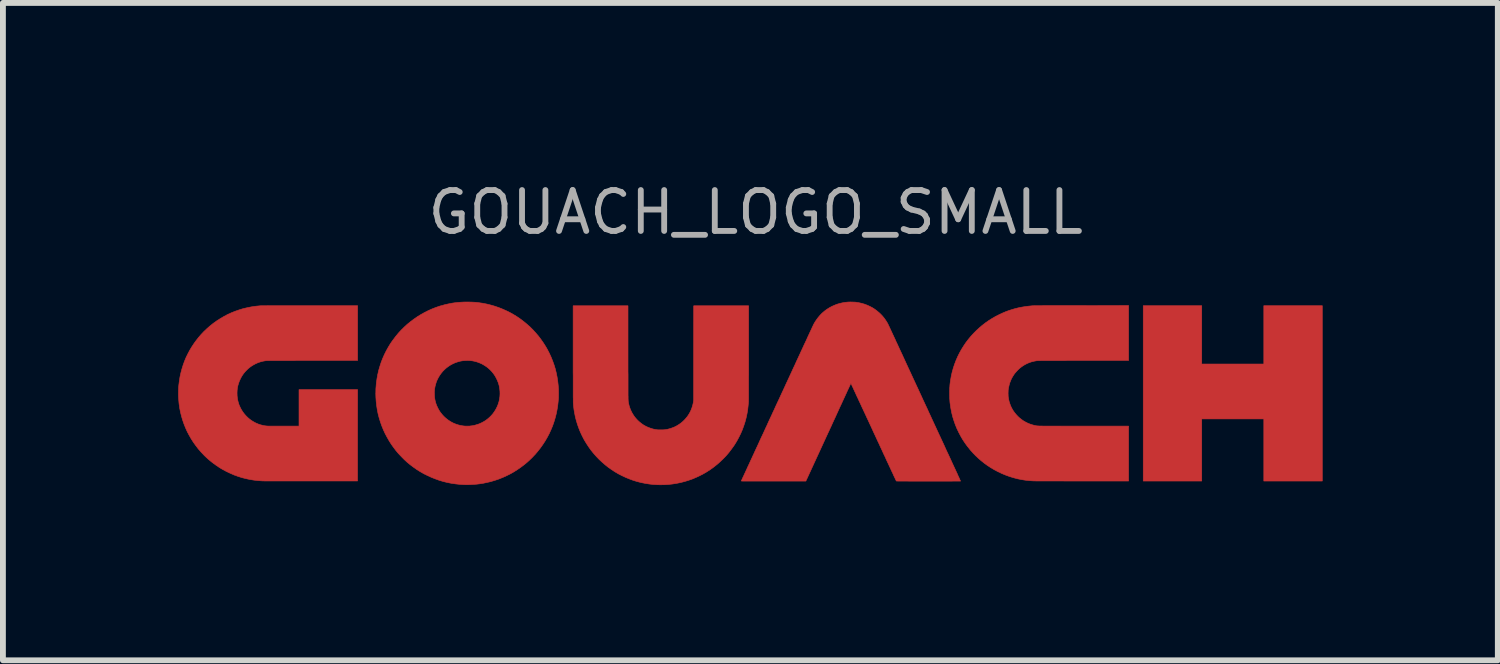
<source format=kicad_pcb>
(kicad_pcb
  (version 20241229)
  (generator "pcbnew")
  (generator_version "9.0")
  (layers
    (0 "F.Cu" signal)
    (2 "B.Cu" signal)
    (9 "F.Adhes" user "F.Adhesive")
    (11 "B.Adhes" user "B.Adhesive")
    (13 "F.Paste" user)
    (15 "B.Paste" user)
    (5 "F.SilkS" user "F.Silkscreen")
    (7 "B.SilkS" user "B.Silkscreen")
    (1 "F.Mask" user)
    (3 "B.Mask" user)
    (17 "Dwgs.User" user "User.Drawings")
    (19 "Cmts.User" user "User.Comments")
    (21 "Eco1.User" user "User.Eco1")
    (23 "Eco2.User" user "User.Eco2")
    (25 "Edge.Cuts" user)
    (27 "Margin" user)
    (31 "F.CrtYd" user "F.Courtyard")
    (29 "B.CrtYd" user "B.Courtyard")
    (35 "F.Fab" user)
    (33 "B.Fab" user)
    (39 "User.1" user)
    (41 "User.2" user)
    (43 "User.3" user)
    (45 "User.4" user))
  (footprint "GOUACH_LOGO_SMALL"
    (layer "F.Cu")
    (at 9.887 3.785)
    (property "Reference" "GOUACH_LOGO_SMALL" (at 0 -3.2 180) (layer "F.Fab") (effects (font (size 0.7 0.7) (thickness 0.1))))
    (attr smd)
    (fp_poly (pts (xy 7.636 -0.603) (xy 8.699 -0.603) (xy 8.699 -1.602) (xy 9.7 -1.602) (xy 9.7 1.4) (xy 8.699 1.4) (xy 8.699 0.337) (xy 7.636 0.337) (xy 7.636 1.4) (xy 6.635 1.4) (xy 6.635 -1.602) (xy 7.636 -1.602) (xy 7.636 -0.603)) (stroke (width 0.01) (type solid)) (fill yes) (layer "F.Cu"))
    (fp_poly (pts (xy -2.186 -0.802) (xy -2.186 -0.739) (xy -2.186 -0.679) (xy -2.186 -0.623) (xy -2.186 -0.569) (xy -2.186 -0.519) (xy -2.186 -0.472) (xy -2.185 -0.427) (xy -2.185 -0.386) (xy -2.185 -0.346) (xy -2.185 -0.31) (xy -2.185 -0.276) (xy -2.185 -0.244) (xy -2.185 -0.214) (xy -2.185 -0.187) (xy -2.185 -0.162) (xy -2.185 -0.139) (xy -2.185 -0.117) (xy -2.185 -0.098) (xy -2.185 -0.08) (xy -2.185 -0.064) (xy -2.184 -0.049) (xy -2.184 -0.036) (xy -2.184 -0.024) (xy -2.184 -0.013) (xy -2.184 -0.004) (xy -2.183 0.005) (xy -2.183 0.012) (xy -2.183 0.019) (xy -2.182 0.025) (xy -2.182 0.03) (xy -2.182 0.034) (xy -2.181 0.038) (xy -2.181 0.042) (xy -2.18 0.045) (xy -2.18 0.049) (xy -2.179 0.051) (xy -2.179 0.054) (xy -2.178 0.057) (xy -2.178 0.061) (xy -2.177 0.064) (xy -2.177 0.064) (xy -2.167 0.108) (xy -2.154 0.149) (xy -2.138 0.189) (xy -2.119 0.228) (xy -2.097 0.265) (xy -2.073 0.301) (xy -2.045 0.334) (xy -2.02 0.361) (xy -1.987 0.391) (xy -1.953 0.418) (xy -1.918 0.442) (xy -1.88 0.463) (xy -1.841 0.481) (xy -1.801 0.496) (xy -1.759 0.509) (xy -1.715 0.518) (xy -1.693 0.521) (xy -1.68 0.523) (xy -1.665 0.524) (xy -1.648 0.524) (xy -1.629 0.524) (xy -1.611 0.524) (xy -1.593 0.524) (xy -1.576 0.523) (xy -1.562 0.522) (xy -1.554 0.521) (xy -1.51 0.514) (xy -1.467 0.503) (xy -1.426 0.489) (xy -1.386 0.473) (xy -1.348 0.453) (xy -1.311 0.43) (xy -1.276 0.405) (xy -1.243 0.377) (xy -1.212 0.346) (xy -1.184 0.313) (xy -1.17 0.296) (xy -1.147 0.262) (xy -1.126 0.226) (xy -1.108 0.189) (xy -1.093 0.15) (xy -1.08 0.11) (xy -1.07 0.067) (xy -1.066 0.041) (xy -1.062 0.018) (xy -1.062 -0.791) (xy -1.061 -1.6) (xy -0.121 -1.6) (xy -0.121 -0.798) (xy -0.121 -0.73) (xy -0.121 -0.665) (xy -0.121 -0.602) (xy -0.121 -0.542) (xy -0.121 -0.485) (xy -0.121 -0.431) (xy -0.122 -0.379) (xy -0.122 -0.33) (xy -0.122 -0.284) (xy -0.122 -0.241) (xy -0.122 -0.201) (xy -0.122 -0.164) (xy -0.122 -0.13) (xy -0.122 -0.099) (xy -0.122 -0.071) (xy -0.122 -0.046) (xy -0.122 -0.024) (xy -0.122 -0.006) (xy -0.123 0.01) (xy -0.123 0.022) (xy -0.123 0.03) (xy -0.123 0.036) (xy -0.123 0.037) (xy -0.129 0.109) (xy -0.137 0.181) (xy -0.149 0.251) (xy -0.164 0.32) (xy -0.182 0.388) (xy -0.204 0.455) (xy -0.228 0.521) (xy -0.256 0.586) (xy -0.287 0.649) (xy -0.321 0.712) (xy -0.358 0.773) (xy -0.374 0.797) (xy -0.416 0.855) (xy -0.459 0.912) (xy -0.505 0.966) (xy -0.554 1.017) (xy -0.605 1.066) (xy -0.658 1.113) (xy -0.714 1.158) (xy -0.722 1.164) (xy -0.779 1.205) (xy -0.838 1.243) (xy -0.898 1.278) (xy -0.96 1.31) (xy -1.023 1.339) (xy -1.087 1.366) (xy -1.147 1.387) (xy -1.216 1.408) (xy -1.285 1.426) (xy -1.354 1.44) (xy -1.424 1.451) (xy -1.494 1.459) (xy -1.565 1.463) (xy -1.636 1.464) (xy -1.684 1.463) (xy -1.754 1.459) (xy -1.824 1.451) (xy -1.893 1.44) (xy -1.962 1.426) (xy -2.029 1.409) (xy -2.095 1.389) (xy -2.16 1.365) (xy -2.224 1.339) (xy -2.286 1.31) (xy -2.347 1.279) (xy -2.407 1.244) (xy -2.464 1.207) (xy -2.521 1.167) (xy -2.575 1.124) (xy -2.627 1.079) (xy -2.678 1.032) (xy -2.726 0.982) (xy -2.772 0.93) (xy -2.816 0.876) (xy -2.857 0.819) (xy -2.896 0.76) (xy -2.933 0.699) (xy -2.943 0.681) (xy -2.974 0.62) (xy -3.003 0.558) (xy -3.029 0.493) (xy -3.052 0.428) (xy -3.072 0.362) (xy -3.089 0.295) (xy -3.102 0.227) (xy -3.111 0.174) (xy -3.112 0.162) (xy -3.114 0.151) (xy -3.115 0.139) (xy -3.117 0.126) (xy -3.118 0.111) (xy -3.12 0.095) (xy -3.122 0.075) (xy -3.122 0.068) (xy -3.122 0.065) (xy -3.123 0.061) (xy -3.123 0.054) (xy -3.123 0.046) (xy -3.123 0.036) (xy -3.123 0.023) (xy -3.123 0.009) (xy -3.123 -0.008) (xy -3.124 -0.027) (xy -3.124 -0.048) (xy -3.124 -0.072) (xy -3.124 -0.098) (xy -3.124 -0.126) (xy -3.124 -0.157) (xy -3.124 -0.191) (xy -3.124 -0.228) (xy -3.124 -0.267) (xy -3.124 -0.309) (xy -3.124 -0.354) (xy -3.124 -0.401) (xy -3.125 -0.452) (xy -3.125 -0.506) (xy -3.125 -0.563) (xy -3.125 -0.623) (xy -3.125 -0.686) (xy -3.125 -0.753) (xy -3.125 -0.777) (xy -3.125 -1.6) (xy -2.186 -1.6) (xy -2.186 -0.802)) (stroke (width 0.01) (type solid)) (fill yes) (layer "F.Cu"))
    (fp_poly (pts (xy -6.815 -0.664) (xy -7.591 -0.664) (xy -7.652 -0.664) (xy -7.71 -0.664) (xy -7.765 -0.664) (xy -7.817 -0.664) (xy -7.866 -0.664) (xy -7.911 -0.663) (xy -7.954 -0.663) (xy -7.995 -0.663) (xy -8.032 -0.663) (xy -8.067 -0.663) (xy -8.1 -0.663) (xy -8.13 -0.663) (xy -8.158 -0.663) (xy -8.184 -0.663) (xy -8.207 -0.663) (xy -8.229 -0.663) (xy -8.249 -0.663) (xy -8.267 -0.663) (xy -8.283 -0.663) (xy -8.298 -0.663) (xy -8.311 -0.663) (xy -8.323 -0.662) (xy -8.333 -0.662) (xy -8.342 -0.662) (xy -8.35 -0.662) (xy -8.357 -0.662) (xy -8.363 -0.662) (xy -8.368 -0.662) (xy -8.372 -0.661) (xy -8.376 -0.661) (xy -8.379 -0.661) (xy -8.382 -0.661) (xy -8.384 -0.661) (xy -8.386 -0.66) (xy -8.386 -0.66) (xy -8.422 -0.654) (xy -8.455 -0.647) (xy -8.486 -0.638) (xy -8.516 -0.628) (xy -8.546 -0.615) (xy -8.569 -0.604) (xy -8.602 -0.586) (xy -8.634 -0.566) (xy -8.663 -0.545) (xy -8.692 -0.521) (xy -8.713 -0.5) (xy -8.74 -0.472) (xy -8.764 -0.443) (xy -8.785 -0.414) (xy -8.804 -0.383) (xy -8.822 -0.349) (xy -8.822 -0.348) (xy -8.839 -0.311) (xy -8.853 -0.273) (xy -8.864 -0.235) (xy -8.872 -0.197) (xy -8.877 -0.158) (xy -8.879 -0.117) (xy -8.879 -0.102) (xy -8.878 -0.062) (xy -8.874 -0.024) (xy -8.868 0.013) (xy -8.859 0.049) (xy -8.848 0.085) (xy -8.841 0.104) (xy -8.823 0.143) (xy -8.803 0.181) (xy -8.78 0.217) (xy -8.755 0.25) (xy -8.727 0.282) (xy -8.697 0.312) (xy -8.666 0.339) (xy -8.632 0.364) (xy -8.596 0.386) (xy -8.559 0.406) (xy -8.52 0.423) (xy -8.48 0.437) (xy -8.439 0.447) (xy -8.417 0.452) (xy -8.411 0.453) (xy -8.405 0.454) (xy -8.4 0.455) (xy -8.394 0.455) (xy -8.388 0.456) (xy -8.382 0.457) (xy -8.376 0.457) (xy -8.369 0.458) (xy -8.361 0.458) (xy -8.352 0.459) (xy -8.341 0.459) (xy -8.33 0.459) (xy -8.317 0.46) (xy -8.302 0.46) (xy -8.285 0.46) (xy -8.266 0.46) (xy -8.245 0.46) (xy -8.221 0.46) (xy -8.195 0.46) (xy -8.166 0.46) (xy -8.134 0.46) (xy -8.099 0.46) (xy -8.084 0.46) (xy -7.818 0.46) (xy -7.818 -0.165) (xy -6.815 -0.165) (xy -6.816 0.617) (xy -6.816 1.399) (xy -7.615 1.399) (xy -7.667 1.399) (xy -7.719 1.399) (xy -7.769 1.399) (xy -7.819 1.399) (xy -7.867 1.399) (xy -7.915 1.399) (xy -7.961 1.399) (xy -8.005 1.399) (xy -8.049 1.399) (xy -8.09 1.399) (xy -8.13 1.399) (xy -8.168 1.399) (xy -8.204 1.399) (xy -8.238 1.399) (xy -8.27 1.399) (xy -8.299 1.399) (xy -8.326 1.399) (xy -8.351 1.399) (xy -8.373 1.399) (xy -8.392 1.399) (xy -8.409 1.399) (xy -8.423 1.398) (xy -8.433 1.398) (xy -8.44 1.398) (xy -8.445 1.398) (xy -8.445 1.398) (xy -8.516 1.393) (xy -8.587 1.385) (xy -8.657 1.374) (xy -8.726 1.359) (xy -8.794 1.342) (xy -8.861 1.321) (xy -8.928 1.297) (xy -8.992 1.269) (xy -9.056 1.239) (xy -9.118 1.206) (xy -9.179 1.17) (xy -9.238 1.13) (xy -9.281 1.099) (xy -9.31 1.077) (xy -9.336 1.056) (xy -9.361 1.035) (xy -9.385 1.014) (xy -9.41 0.991) (xy -9.436 0.966) (xy -9.446 0.956) (xy -9.495 0.904) (xy -9.541 0.851) (xy -9.584 0.795) (xy -9.625 0.738) (xy -9.663 0.679) (xy -9.698 0.618) (xy -9.731 0.556) (xy -9.76 0.492) (xy -9.786 0.427) (xy -9.809 0.361) (xy -9.829 0.294) (xy -9.846 0.226) (xy -9.86 0.157) (xy -9.87 0.087) (xy -9.871 0.083) (xy -9.876 0.027) (xy -9.88 -0.031) (xy -9.882 -0.088) (xy -9.881 -0.146) (xy -9.879 -0.202) (xy -9.876 -0.24) (xy -9.867 -0.311) (xy -9.856 -0.381) (xy -9.841 -0.45) (xy -9.823 -0.518) (xy -9.802 -0.586) (xy -9.778 -0.652) (xy -9.751 -0.717) (xy -9.72 -0.78) (xy -9.687 -0.842) (xy -9.65 -0.903) (xy -9.611 -0.962) (xy -9.582 -1.001) (xy -9.539 -1.057) (xy -9.493 -1.11) (xy -9.446 -1.16) (xy -9.396 -1.207) (xy -9.344 -1.253) (xy -9.289 -1.297) (xy -9.281 -1.303) (xy -9.222 -1.345) (xy -9.162 -1.383) (xy -9.101 -1.419) (xy -9.039 -1.452) (xy -8.975 -1.481) (xy -8.909 -1.507) (xy -8.843 -1.53) (xy -8.775 -1.551) (xy -8.706 -1.567) (xy -8.637 -1.581) (xy -8.566 -1.592) (xy -8.494 -1.599) (xy -8.468 -1.601) (xy -8.464 -1.601) (xy -8.456 -1.601) (xy -8.445 -1.601) (xy -8.431 -1.601) (xy -8.414 -1.601) (xy -8.394 -1.601) (xy -8.37 -1.601) (xy -8.343 -1.602) (xy -8.313 -1.602) (xy -8.28 -1.602) (xy -8.244 -1.602) (xy -8.205 -1.602) (xy -8.163 -1.602) (xy -8.118 -1.602) (xy -8.07 -1.602) (xy -8.019 -1.602) (xy -7.966 -1.602) (xy -7.909 -1.602) (xy -7.85 -1.602) (xy -7.788 -1.602) (xy -7.723 -1.602) (xy -7.656 -1.602) (xy -7.627 -1.602) (xy -6.815 -1.602) (xy -6.815 -0.664)) (stroke (width 0.01) (type solid)) (fill yes) (layer "F.Cu"))
    (fp_poly (pts (xy 6.384 -0.664) (xy 5.608 -0.664) (xy 5.547 -0.664) (xy 5.489 -0.664) (xy 5.434 -0.664) (xy 5.383 -0.664) (xy 5.334 -0.664) (xy 5.288 -0.663) (xy 5.245 -0.663) (xy 5.205 -0.663) (xy 5.168 -0.663) (xy 5.133 -0.663) (xy 5.1 -0.663) (xy 5.07 -0.663) (xy 5.042 -0.663) (xy 5.016 -0.663) (xy 4.993 -0.663) (xy 4.971 -0.663) (xy 4.951 -0.663) (xy 4.933 -0.663) (xy 4.917 -0.663) (xy 4.902 -0.663) (xy 4.889 -0.663) (xy 4.877 -0.662) (xy 4.867 -0.662) (xy 4.858 -0.662) (xy 4.85 -0.662) (xy 4.843 -0.662) (xy 4.837 -0.662) (xy 4.832 -0.662) (xy 4.828 -0.661) (xy 4.824 -0.661) (xy 4.821 -0.661) (xy 4.818 -0.661) (xy 4.816 -0.661) (xy 4.814 -0.66) (xy 4.813 -0.66) (xy 4.769 -0.652) (xy 4.727 -0.642) (xy 4.687 -0.629) (xy 4.649 -0.613) (xy 4.613 -0.595) (xy 4.578 -0.574) (xy 4.551 -0.555) (xy 4.52 -0.531) (xy 4.49 -0.503) (xy 4.463 -0.474) (xy 4.437 -0.444) (xy 4.423 -0.425) (xy 4.4 -0.389) (xy 4.379 -0.352) (xy 4.362 -0.312) (xy 4.347 -0.272) (xy 4.336 -0.229) (xy 4.327 -0.186) (xy 4.324 -0.167) (xy 4.323 -0.156) (xy 4.322 -0.142) (xy 4.322 -0.127) (xy 4.321 -0.11) (xy 4.321 -0.094) (xy 4.322 -0.078) (xy 4.322 -0.063) (xy 4.323 -0.05) (xy 4.323 -0.045) (xy 4.33 -0.004) (xy 4.338 0.035) (xy 4.35 0.073) (xy 4.364 0.111) (xy 4.365 0.114) (xy 4.384 0.153) (xy 4.405 0.19) (xy 4.429 0.225) (xy 4.456 0.258) (xy 4.485 0.29) (xy 4.516 0.319) (xy 4.549 0.345) (xy 4.584 0.37) (xy 4.621 0.391) (xy 4.659 0.41) (xy 4.699 0.426) (xy 4.74 0.439) (xy 4.782 0.45) (xy 4.784 0.45) (xy 4.788 0.451) (xy 4.791 0.451) (xy 4.794 0.452) (xy 4.797 0.453) (xy 4.8 0.453) (xy 4.803 0.454) (xy 4.806 0.454) (xy 4.809 0.455) (xy 4.812 0.455) (xy 4.816 0.456) (xy 4.821 0.456) (xy 4.826 0.456) (xy 4.831 0.457) (xy 4.838 0.457) (xy 4.845 0.457) (xy 4.853 0.458) (xy 4.863 0.458) (xy 4.873 0.458) (xy 4.885 0.458) (xy 4.898 0.458) (xy 4.913 0.459) (xy 4.929 0.459) (xy 4.947 0.459) (xy 4.967 0.459) (xy 4.988 0.459) (xy 5.011 0.459) (xy 5.037 0.459) (xy 5.064 0.459) (xy 5.094 0.459) (xy 5.126 0.459) (xy 5.16 0.459) (xy 5.197 0.459) (xy 5.237 0.46) (xy 5.279 0.46) (xy 5.324 0.46) (xy 5.372 0.46) (xy 5.422 0.46) (xy 5.476 0.46) (xy 5.533 0.46) (xy 5.594 0.46) (xy 5.613 0.46) (xy 6.384 0.46) (xy 6.384 1.4) (xy 5.589 1.4) (xy 5.537 1.4) (xy 5.486 1.4) (xy 5.435 1.4) (xy 5.386 1.4) (xy 5.337 1.4) (xy 5.29 1.4) (xy 5.244 1.399) (xy 5.199 1.399) (xy 5.156 1.399) (xy 5.115 1.399) (xy 5.075 1.399) (xy 5.037 1.399) (xy 5.001 1.399) (xy 4.967 1.399) (xy 4.935 1.399) (xy 4.905 1.399) (xy 4.878 1.399) (xy 4.854 1.399) (xy 4.831 1.399) (xy 4.812 1.399) (xy 4.796 1.399) (xy 4.782 1.398) (xy 4.771 1.398) (xy 4.764 1.398) (xy 4.76 1.398) (xy 4.76 1.398) (xy 4.689 1.394) (xy 4.618 1.386) (xy 4.549 1.375) (xy 4.48 1.361) (xy 4.412 1.343) (xy 4.344 1.322) (xy 4.278 1.298) (xy 4.213 1.271) (xy 4.149 1.241) (xy 4.087 1.208) (xy 4.026 1.172) (xy 3.966 1.133) (xy 3.914 1.095) (xy 3.865 1.056) (xy 3.816 1.014) (xy 3.769 0.97) (xy 3.724 0.924) (xy 3.682 0.877) (xy 3.668 0.86) (xy 3.623 0.804) (xy 3.581 0.746) (xy 3.542 0.687) (xy 3.507 0.626) (xy 3.474 0.563) (xy 3.444 0.5) (xy 3.417 0.434) (xy 3.394 0.368) (xy 3.373 0.301) (xy 3.356 0.232) (xy 3.342 0.162) (xy 3.331 0.092) (xy 3.331 0.087) (xy 3.328 0.069) (xy 3.326 0.053) (xy 3.325 0.038) (xy 3.324 0.023) (xy 3.323 0.009) (xy 3.322 -0.005) (xy 3.321 -0.021) (xy 3.321 -0.037) (xy 3.321 -0.056) (xy 3.32 -0.077) (xy 3.32 -0.099) (xy 3.32 -0.128) (xy 3.321 -0.155) (xy 3.321 -0.179) (xy 3.322 -0.201) (xy 3.324 -0.222) (xy 3.325 -0.243) (xy 3.327 -0.263) (xy 3.33 -0.284) (xy 3.333 -0.306) (xy 3.336 -0.33) (xy 3.337 -0.332) (xy 3.349 -0.401) (xy 3.365 -0.47) (xy 3.384 -0.537) (xy 3.406 -0.603) (xy 3.431 -0.668) (xy 3.459 -0.732) (xy 3.49 -0.794) (xy 3.524 -0.855) (xy 3.561 -0.914) (xy 3.6 -0.972) (xy 3.643 -1.028) (xy 3.688 -1.082) (xy 3.735 -1.133) (xy 3.785 -1.183) (xy 3.838 -1.231) (xy 3.877 -1.264) (xy 3.931 -1.306) (xy 3.988 -1.346) (xy 4.047 -1.383) (xy 4.107 -1.418) (xy 4.169 -1.449) (xy 4.231 -1.478) (xy 4.286 -1.501) (xy 4.338 -1.52) (xy 4.389 -1.536) (xy 4.44 -1.551) (xy 4.492 -1.564) (xy 4.545 -1.575) (xy 4.599 -1.584) (xy 4.655 -1.592) (xy 4.714 -1.598) (xy 4.744 -1.601) (xy 4.747 -1.601) (xy 4.751 -1.601) (xy 4.757 -1.601) (xy 4.765 -1.601) (xy 4.775 -1.602) (xy 4.787 -1.602) (xy 4.8 -1.602) (xy 4.816 -1.602) (xy 4.833 -1.602) (xy 4.853 -1.602) (xy 4.875 -1.602) (xy 4.899 -1.602) (xy 4.926 -1.603) (xy 4.955 -1.603) (xy 4.987 -1.603) (xy 5.021 -1.603) (xy 5.057 -1.603) (xy 5.097 -1.603) (xy 5.139 -1.603) (xy 5.184 -1.603) (xy 5.232 -1.603) (xy 5.283 -1.603) (xy 5.337 -1.603) (xy 5.394 -1.603) (xy 5.454 -1.603) (xy 5.518 -1.603) (xy 5.577 -1.603) (xy 6.384 -1.604) (xy 6.384 -0.664)) (stroke (width 0.01) (type solid)) (fill yes) (layer "F.Cu"))
    (fp_poly (pts (xy -4.896 -1.664) (xy -4.855 -1.663) (xy -4.816 -1.661) (xy -4.777 -1.658) (xy -4.739 -1.653) (xy -4.699 -1.647) (xy -4.676 -1.644) (xy -4.605 -1.63) (xy -4.536 -1.613) (xy -4.467 -1.593) (xy -4.4 -1.57) (xy -4.334 -1.544) (xy -4.269 -1.515) (xy -4.206 -1.484) (xy -4.144 -1.449) (xy -4.084 -1.412) (xy -4.026 -1.372) (xy -3.969 -1.329) (xy -3.915 -1.284) (xy -3.862 -1.237) (xy -3.812 -1.187) (xy -3.764 -1.134) (xy -3.718 -1.08) (xy -3.675 -1.023) (xy -3.634 -0.964) (xy -3.595 -0.903) (xy -3.566 -0.852) (xy -3.533 -0.788) (xy -3.503 -0.723) (xy -3.476 -0.656) (xy -3.452 -0.589) (xy -3.431 -0.521) (xy -3.414 -0.451) (xy -3.4 -0.382) (xy -3.389 -0.311) (xy -3.381 -0.24) (xy -3.376 -0.169) (xy -3.375 -0.097) (xy -3.376 -0.026) (xy -3.382 0.046) (xy -3.39 0.117) (xy -3.402 0.188) (xy -3.415 0.252) (xy -3.433 0.322) (xy -3.454 0.391) (xy -3.478 0.459) (xy -3.506 0.526) (xy -3.536 0.591) (xy -3.57 0.655) (xy -3.606 0.717) (xy -3.646 0.778) (xy -3.688 0.837) (xy -3.734 0.895) (xy -3.77 0.938) (xy -3.781 0.95) (xy -3.794 0.963) (xy -3.808 0.978) (xy -3.823 0.994) (xy -3.839 1.01) (xy -3.855 1.025) (xy -3.87 1.04) (xy -3.884 1.053) (xy -3.897 1.064) (xy -3.899 1.067) (xy -3.956 1.115) (xy -4.014 1.159) (xy -4.074 1.201) (xy -4.135 1.24) (xy -4.198 1.276) (xy -4.262 1.308) (xy -4.328 1.338) (xy -4.395 1.365) (xy -4.463 1.388) (xy -4.533 1.409) (xy -4.549 1.413) (xy -4.606 1.426) (xy -4.663 1.438) (xy -4.72 1.447) (xy -4.777 1.454) (xy -4.836 1.458) (xy -4.888 1.461) (xy -4.903 1.461) (xy -4.915 1.462) (xy -4.925 1.462) (xy -4.934 1.462) (xy -4.943 1.462) (xy -4.952 1.462) (xy -4.962 1.462) (xy -4.974 1.462) (xy -4.988 1.461) (xy -4.996 1.461) (xy -5.068 1.457) (xy -5.14 1.449) (xy -5.21 1.439) (xy -5.28 1.425) (xy -5.349 1.408) (xy -5.417 1.388) (xy -5.483 1.364) (xy -5.549 1.338) (xy -5.613 1.309) (xy -5.676 1.278) (xy -5.738 1.243) (xy -5.798 1.206) (xy -5.856 1.165) (xy -5.912 1.123) (xy -5.967 1.078) (xy -6.019 1.03) (xy -6.069 0.979) (xy -6.118 0.927) (xy -6.164 0.872) (xy -6.207 0.814) (xy -6.235 0.775) (xy -6.274 0.714) (xy -6.31 0.651) (xy -6.344 0.587) (xy -6.374 0.522) (xy -6.401 0.456) (xy -6.425 0.388) (xy -6.446 0.32) (xy -6.464 0.251) (xy -6.478 0.181) (xy -6.489 0.11) (xy -6.497 0.038) (xy -6.502 -0.034) (xy -6.504 -0.106) (xy -6.503 -0.109) (xy -5.501 -0.109) (xy -5.501 -0.091) (xy -5.5 -0.074) (xy -5.499 -0.057) (xy -5.498 -0.042) (xy -5.497 -0.029) (xy -5.496 -0.023) (xy -5.49 0.013) (xy -5.482 0.047) (xy -5.472 0.079) (xy -5.46 0.111) (xy -5.445 0.142) (xy -5.441 0.151) (xy -5.42 0.19) (xy -5.396 0.226) (xy -5.369 0.26) (xy -5.34 0.292) (xy -5.309 0.321) (xy -5.274 0.349) (xy -5.25 0.366) (xy -5.213 0.389) (xy -5.174 0.409) (xy -5.135 0.425) (xy -5.095 0.438) (xy -5.053 0.449) (xy -5.01 0.456) (xy -4.98 0.459) (xy -4.973 0.459) (xy -4.963 0.46) (xy -4.951 0.46) (xy -4.938 0.46) (xy -4.925 0.46) (xy -4.913 0.459) (xy -4.902 0.459) (xy -4.893 0.459) (xy -4.891 0.458) (xy -4.848 0.453) (xy -4.806 0.444) (xy -4.765 0.432) (xy -4.735 0.422) (xy -4.695 0.404) (xy -4.657 0.384) (xy -4.62 0.361) (xy -4.586 0.335) (xy -4.554 0.307) (xy -4.524 0.277) (xy -4.496 0.244) (xy -4.471 0.209) (xy -4.449 0.173) (xy -4.429 0.134) (xy -4.412 0.094) (xy -4.405 0.074) (xy -4.393 0.034) (xy -4.385 -0.008) (xy -4.379 -0.05) (xy -4.377 -0.092) (xy -4.378 -0.135) (xy -4.382 -0.177) (xy -4.389 -0.218) (xy -4.394 -0.242) (xy -4.407 -0.284) (xy -4.423 -0.324) (xy -4.442 -0.363) (xy -4.463 -0.401) (xy -4.487 -0.436) (xy -4.514 -0.47) (xy -4.544 -0.502) (xy -4.576 -0.531) (xy -4.601 -0.551) (xy -4.621 -0.565) (xy -4.641 -0.578) (xy -4.661 -0.59) (xy -4.682 -0.602) (xy -4.692 -0.607) (xy -4.731 -0.624) (xy -4.769 -0.638) (xy -4.808 -0.649) (xy -4.847 -0.657) (xy -4.888 -0.662) (xy -4.924 -0.664) (xy -4.967 -0.663) (xy -5.01 -0.66) (xy -5.053 -0.653) (xy -5.094 -0.642) (xy -5.135 -0.629) (xy -5.143 -0.626) (xy -5.183 -0.608) (xy -5.221 -0.588) (xy -5.257 -0.565) (xy -5.291 -0.54) (xy -5.323 -0.512) (xy -5.353 -0.482) (xy -5.38 -0.45) (xy -5.405 -0.416) (xy -5.427 -0.381) (xy -5.447 -0.343) (xy -5.464 -0.305) (xy -5.477 -0.264) (xy -5.488 -0.223) (xy -5.496 -0.181) (xy -5.499 -0.152) (xy -5.5 -0.14) (xy -5.501 -0.125) (xy -5.501 -0.109) (xy -6.503 -0.109) (xy -6.502 -0.179) (xy -6.496 -0.252) (xy -6.493 -0.283) (xy -6.483 -0.354) (xy -6.47 -0.425) (xy -6.454 -0.495) (xy -6.434 -0.563) (xy -6.412 -0.631) (xy -6.386 -0.698) (xy -6.357 -0.764) (xy -6.325 -0.828) (xy -6.29 -0.891) (xy -6.253 -0.952) (xy -6.212 -1.011) (xy -6.168 -1.069) (xy -6.162 -1.077) (xy -6.116 -1.133) (xy -6.067 -1.186) (xy -6.016 -1.236) (xy -5.963 -1.285) (xy -5.907 -1.33) (xy -5.85 -1.373) (xy -5.791 -1.414) (xy -5.73 -1.451) (xy -5.668 -1.486) (xy -5.604 -1.518) (xy -5.539 -1.547) (xy -5.472 -1.573) (xy -5.404 -1.596) (xy -5.335 -1.615) (xy -5.316 -1.62) (xy -5.262 -1.632) (xy -5.209 -1.643) (xy -5.157 -1.651) (xy -5.104 -1.657) (xy -5.051 -1.661) (xy -4.997 -1.664) (xy -4.94 -1.665) (xy -4.939 -1.665) (xy -4.896 -1.664)) (stroke (width 0.01) (type solid)) (fill yes) (layer "F.Cu"))
    (fp_poly (pts (xy 1.63 -1.665) (xy 1.648 -1.664) (xy 1.665 -1.664) (xy 1.681 -1.663) (xy 1.696 -1.663) (xy 1.709 -1.662) (xy 1.716 -1.661) (xy 1.766 -1.653) (xy 1.815 -1.642) (xy 1.863 -1.628) (xy 1.908 -1.611) (xy 1.952 -1.591) (xy 1.995 -1.569) (xy 2.036 -1.543) (xy 2.075 -1.514) (xy 2.112 -1.483) (xy 2.139 -1.458) (xy 2.17 -1.425) (xy 2.198 -1.391) (xy 2.224 -1.355) (xy 2.248 -1.317) (xy 2.263 -1.291) (xy 2.264 -1.289) (xy 2.266 -1.284) (xy 2.27 -1.276) (xy 2.275 -1.265) (xy 2.282 -1.251) (xy 2.289 -1.235) (xy 2.298 -1.216) (xy 2.308 -1.195) (xy 2.319 -1.171) (xy 2.331 -1.145) (xy 2.344 -1.117) (xy 2.358 -1.087) (xy 2.373 -1.055) (xy 2.389 -1.021) (xy 2.405 -0.984) (xy 2.423 -0.947) (xy 2.441 -0.907) (xy 2.46 -0.866) (xy 2.48 -0.823) (xy 2.501 -0.779) (xy 2.522 -0.733) (xy 2.543 -0.687) (xy 2.565 -0.639) (xy 2.588 -0.589) (xy 2.611 -0.539) (xy 2.635 -0.488) (xy 2.659 -0.436) (xy 2.683 -0.384) (xy 2.708 -0.33) (xy 2.733 -0.276) (xy 2.758 -0.222) (xy 2.784 -0.167) (xy 2.809 -0.112) (xy 2.835 -0.056) (xy 2.86 -0.001) (xy 2.886 0.055) (xy 2.912 0.111) (xy 2.938 0.166) (xy 2.963 0.222) (xy 2.989 0.277) (xy 3.014 0.332) (xy 3.039 0.386) (xy 3.064 0.44) (xy 3.089 0.494) (xy 3.113 0.546) (xy 3.137 0.598) (xy 3.161 0.649) (xy 3.184 0.699) (xy 3.207 0.748) (xy 3.229 0.796) (xy 3.25 0.843) (xy 3.271 0.889) (xy 3.292 0.933) (xy 3.312 0.976) (xy 3.331 1.017) (xy 3.349 1.056) (xy 3.366 1.094) (xy 3.383 1.13) (xy 3.399 1.165) (xy 3.414 1.197) (xy 3.428 1.227) (xy 3.441 1.255) (xy 3.453 1.281) (xy 3.463 1.305) (xy 3.473 1.326) (xy 3.482 1.345) (xy 3.489 1.361) (xy 3.495 1.375) (xy 3.5 1.386) (xy 3.504 1.394) (xy 3.506 1.399) (xy 3.507 1.401) (xy 3.507 1.401) (xy 3.506 1.401) (xy 3.501 1.401) (xy 3.493 1.401) (xy 3.482 1.401) (xy 3.468 1.401) (xy 3.451 1.401) (xy 3.432 1.401) (xy 3.41 1.401) (xy 3.386 1.401) (xy 3.359 1.402) (xy 3.331 1.402) (xy 3.3 1.402) (xy 3.267 1.402) (xy 3.233 1.402) (xy 3.197 1.402) (xy 3.16 1.402) (xy 3.121 1.402) (xy 3.081 1.402) (xy 3.04 1.402) (xy 2.998 1.402) (xy 2.958 1.402) (xy 2.905 1.402) (xy 2.856 1.402) (xy 2.809 1.402) (xy 2.766 1.402) (xy 2.725 1.402) (xy 2.688 1.402) (xy 2.653 1.402) (xy 2.621 1.402) (xy 2.592 1.401) (xy 2.565 1.401) (xy 2.541 1.401) (xy 2.519 1.401) (xy 2.5 1.401) (xy 2.482 1.401) (xy 2.467 1.401) (xy 2.454 1.401) (xy 2.442 1.401) (xy 2.432 1.401) (xy 2.425 1.4) (xy 2.418 1.4) (xy 2.413 1.4) (xy 2.41 1.4) (xy 2.408 1.4) (xy 2.407 1.4) (xy 2.407 1.4) (xy 2.407 1.398) (xy 2.404 1.393) (xy 2.401 1.386) (xy 2.396 1.375) (xy 2.39 1.362) (xy 2.383 1.347) (xy 2.374 1.328) (xy 2.364 1.308) (xy 2.354 1.285) (xy 2.342 1.259) (xy 2.329 1.232) (xy 2.315 1.202) (xy 2.301 1.171) (xy 2.285 1.137) (xy 2.269 1.102) (xy 2.251 1.065) (xy 2.233 1.026) (xy 2.215 0.985) (xy 2.195 0.944) (xy 2.175 0.9) (xy 2.155 0.856) (xy 2.133 0.81) (xy 2.112 0.763) (xy 2.089 0.715) (xy 2.067 0.667) (xy 2.044 0.617) (xy 2.02 0.566) (xy 2.018 0.562) (xy 1.995 0.511) (xy 1.972 0.461) (xy 1.949 0.412) (xy 1.927 0.364) (xy 1.905 0.318) (xy 1.884 0.272) (xy 1.863 0.227) (xy 1.843 0.184) (xy 1.823 0.142) (xy 1.805 0.102) (xy 1.787 0.063) (xy 1.769 0.026) (xy 1.753 -0.01) (xy 1.737 -0.043) (xy 1.722 -0.075) (xy 1.709 -0.105) (xy 1.696 -0.132) (xy 1.684 -0.158) (xy 1.673 -0.181) (xy 1.664 -0.202) (xy 1.655 -0.22) (xy 1.648 -0.236) (xy 1.641 -0.249) (xy 1.637 -0.26) (xy 1.633 -0.267) (xy 1.631 -0.272) (xy 1.63 -0.274) (xy 1.63 -0.274) (xy 1.629 -0.272) (xy 1.627 -0.268) (xy 1.623 -0.26) (xy 1.619 -0.25) (xy 1.613 -0.237) (xy 1.606 -0.221) (xy 1.597 -0.203) (xy 1.588 -0.183) (xy 1.577 -0.16) (xy 1.565 -0.134) (xy 1.553 -0.107) (xy 1.539 -0.077) (xy 1.525 -0.046) (xy 1.509 -0.012) (xy 1.493 0.023) (xy 1.476 0.06) (xy 1.458 0.099) (xy 1.439 0.139) (xy 1.42 0.181) (xy 1.4 0.225) (xy 1.38 0.269) (xy 1.359 0.315) (xy 1.337 0.362) (xy 1.315 0.41) (xy 1.293 0.459) (xy 1.27 0.508) (xy 1.247 0.559) (xy 1.244 0.564) (xy 0.859 1.401) (xy 0.306 1.401) (xy 0.255 1.401) (xy 0.207 1.401) (xy 0.162 1.401) (xy 0.12 1.401) (xy 0.081 1.401) (xy 0.045 1.401) (xy 0.011 1.401) (xy -0.019 1.401) (xy -0.047 1.401) (xy -0.073 1.401) (xy -0.097 1.401) (xy -0.118 1.401) (xy -0.137 1.401) (xy -0.154 1.401) (xy -0.17 1.401) (xy -0.183 1.401) (xy -0.195 1.401) (xy -0.205 1.401) (xy -0.214 1.401) (xy -0.221 1.401) (xy -0.228 1.401) (xy -0.233 1.4) (xy -0.237 1.4) (xy -0.24 1.4) (xy -0.243 1.4) (xy -0.244 1.4) (xy -0.245 1.399) (xy -0.246 1.399) (xy -0.246 1.399) (xy -0.246 1.399) (xy -0.245 1.397) (xy -0.243 1.392) (xy -0.24 1.384) (xy -0.235 1.374) (xy -0.229 1.361) (xy -0.222 1.345) (xy -0.213 1.326) (xy -0.203 1.305) (xy -0.193 1.282) (xy -0.181 1.257) (xy -0.168 1.229) (xy -0.154 1.199) (xy -0.14 1.167) (xy -0.124 1.133) (xy -0.107 1.097) (xy -0.09 1.059) (xy -0.072 1.02) (xy -0.053 0.979) (xy -0.033 0.936) (xy -0.013 0.892) (xy 0.008 0.847) (xy 0.03 0.8) (xy 0.052 0.752) (xy 0.074 0.703) (xy 0.097 0.653) (xy 0.121 0.603) (xy 0.145 0.551) (xy 0.169 0.498) (xy 0.194 0.445) (xy 0.218 0.391) (xy 0.243 0.337) (xy 0.269 0.282) (xy 0.294 0.227) (xy 0.32 0.172) (xy 0.345 0.116) (xy 0.371 0.06) (xy 0.397 0.005) (xy 0.423 -0.051) (xy 0.448 -0.106) (xy 0.474 -0.161) (xy 0.499 -0.216) (xy 0.524 -0.271) (xy 0.549 -0.324) (xy 0.574 -0.378) (xy 0.598 -0.43) (xy 0.622 -0.482) (xy 0.645 -0.533) (xy 0.669 -0.583) (xy 0.691 -0.632) (xy 0.713 -0.68) (xy 0.735 -0.727) (xy 0.756 -0.772) (xy 0.776 -0.816) (xy 0.796 -0.859) (xy 0.815 -0.9) (xy 0.833 -0.94) (xy 0.851 -0.977) (xy 0.868 -1.013) (xy 0.883 -1.047) (xy 0.898 -1.08) (xy 0.912 -1.11) (xy 0.925 -1.138) (xy 0.937 -1.164) (xy 0.948 -1.187) (xy 0.958 -1.208) (xy 0.966 -1.227) (xy 0.974 -1.243) (xy 0.98 -1.256) (xy 0.985 -1.267) (xy 0.989 -1.275) (xy 0.991 -1.28) (xy 0.992 -1.282) (xy 1.016 -1.324) (xy 1.043 -1.364) (xy 1.072 -1.403) (xy 1.103 -1.439) (xy 1.136 -1.473) (xy 1.172 -1.504) (xy 1.179 -1.51) (xy 1.218 -1.539) (xy 1.259 -1.565) (xy 1.301 -1.588) (xy 1.345 -1.608) (xy 1.391 -1.626) (xy 1.438 -1.64) (xy 1.485 -1.651) (xy 1.534 -1.659) (xy 1.573 -1.663) (xy 1.584 -1.664) (xy 1.598 -1.664) (xy 1.614 -1.665) (xy 1.63 -1.665)) (stroke (width 0.01) (type solid)) (fill yes) (layer "F.Cu"))
    (fp_poly (pts (xy 7.636 -0.603) (xy 8.699 -0.603) (xy 8.699 -1.602) (xy 9.7 -1.602) (xy 9.7 1.4) (xy 8.699 1.4) (xy 8.699 0.337) (xy 7.636 0.337) (xy 7.636 1.4) (xy 6.635 1.4) (xy 6.635 -1.602) (xy 7.636 -1.602) (xy 7.636 -0.603)) (stroke (width 0.01) (type solid)) (fill yes) (layer "F.Mask"))
    (fp_poly (pts (xy -2.186 -0.804) (xy -2.186 -0.741) (xy -2.186 -0.681) (xy -2.186 -0.625) (xy -2.186 -0.572) (xy -2.186 -0.521) (xy -2.186 -0.474) (xy -2.185 -0.43) (xy -2.185 -0.388) (xy -2.185 -0.349) (xy -2.185 -0.312) (xy -2.185 -0.278) (xy -2.185 -0.246) (xy -2.185 -0.217) (xy -2.185 -0.189) (xy -2.185 -0.164) (xy -2.185 -0.141) (xy -2.185 -0.12) (xy -2.185 -0.1) (xy -2.185 -0.082) (xy -2.185 -0.066) (xy -2.184 -0.051) (xy -2.184 -0.038) (xy -2.184 -0.026) (xy -2.184 -0.015) (xy -2.184 -0.006) (xy -2.183 0.003) (xy -2.183 0.01) (xy -2.183 0.017) (xy -2.182 0.022) (xy -2.182 0.028) (xy -2.182 0.032) (xy -2.181 0.036) (xy -2.181 0.04) (xy -2.18 0.043) (xy -2.18 0.046) (xy -2.179 0.049) (xy -2.179 0.052) (xy -2.178 0.055) (xy -2.178 0.058) (xy -2.177 0.062) (xy -2.177 0.062) (xy -2.167 0.105) (xy -2.154 0.147) (xy -2.138 0.187) (xy -2.119 0.226) (xy -2.097 0.263) (xy -2.073 0.298) (xy -2.045 0.332) (xy -2.02 0.359) (xy -1.987 0.389) (xy -1.953 0.416) (xy -1.918 0.44) (xy -1.88 0.461) (xy -1.841 0.479) (xy -1.801 0.494) (xy -1.759 0.506) (xy -1.715 0.515) (xy -1.693 0.519) (xy -1.68 0.52) (xy -1.665 0.521) (xy -1.648 0.522) (xy -1.629 0.522) (xy -1.611 0.522) (xy -1.593 0.522) (xy -1.576 0.521) (xy -1.562 0.52) (xy -1.554 0.519) (xy -1.51 0.511) (xy -1.467 0.501) (xy -1.426 0.487) (xy -1.386 0.47) (xy -1.348 0.451) (xy -1.311 0.428) (xy -1.276 0.403) (xy -1.243 0.375) (xy -1.212 0.344) (xy -1.184 0.311) (xy -1.17 0.294) (xy -1.147 0.259) (xy -1.126 0.224) (xy -1.108 0.187) (xy -1.093 0.148) (xy -1.08 0.107) (xy -1.07 0.065) (xy -1.066 0.039) (xy -1.062 0.016) (xy -1.062 -0.793) (xy -1.061 -1.602) (xy -0.121 -1.602) (xy -0.121 -0.8) (xy -0.121 -0.732) (xy -0.121 -0.667) (xy -0.121 -0.604) (xy -0.121 -0.545) (xy -0.121 -0.487) (xy -0.121 -0.433) (xy -0.122 -0.381) (xy -0.122 -0.332) (xy -0.122 -0.287) (xy -0.122 -0.243) (xy -0.122 -0.203) (xy -0.122 -0.166) (xy -0.122 -0.132) (xy -0.122 -0.101) (xy -0.122 -0.073) (xy -0.122 -0.048) (xy -0.122 -0.026) (xy -0.122 -0.008) (xy -0.123 0.007) (xy -0.123 0.019) (xy -0.123 0.028) (xy -0.123 0.033) (xy -0.123 0.034) (xy -0.129 0.107) (xy -0.137 0.178) (xy -0.149 0.249) (xy -0.164 0.318) (xy -0.182 0.386) (xy -0.204 0.453) (xy -0.228 0.519) (xy -0.256 0.584) (xy -0.287 0.647) (xy -0.321 0.709) (xy -0.358 0.77) (xy -0.374 0.794) (xy -0.416 0.853) (xy -0.459 0.909) (xy -0.505 0.963) (xy -0.554 1.015) (xy -0.605 1.064) (xy -0.658 1.111) (xy -0.714 1.155) (xy -0.722 1.161) (xy -0.779 1.203) (xy -0.838 1.241) (xy -0.898 1.276) (xy -0.96 1.308) (xy -1.023 1.337) (xy -1.087 1.363) (xy -1.147 1.385) (xy -1.216 1.406) (xy -1.285 1.424) (xy -1.354 1.438) (xy -1.424 1.449) (xy -1.494 1.457) (xy -1.565 1.461) (xy -1.636 1.462) (xy -1.684 1.461) (xy -1.754 1.456) (xy -1.824 1.449) (xy -1.893 1.438) (xy -1.962 1.424) (xy -2.029 1.407) (xy -2.095 1.386) (xy -2.16 1.363) (xy -2.224 1.337) (xy -2.286 1.308) (xy -2.347 1.276) (xy -2.407 1.242) (xy -2.464 1.204) (xy -2.521 1.165) (xy -2.575 1.122) (xy -2.627 1.077) (xy -2.678 1.03) (xy -2.726 0.98) (xy -2.772 0.928) (xy -2.816 0.873) (xy -2.857 0.817) (xy -2.896 0.758) (xy -2.933 0.697) (xy -2.943 0.678) (xy -2.974 0.618) (xy -3.003 0.555) (xy -3.029 0.491) (xy -3.052 0.426) (xy -3.072 0.36) (xy -3.089 0.293) (xy -3.102 0.225) (xy -3.111 0.171) (xy -3.112 0.16) (xy -3.114 0.149) (xy -3.115 0.137) (xy -3.117 0.124) (xy -3.118 0.109) (xy -3.12 0.092) (xy -3.122 0.073) (xy -3.122 0.066) (xy -3.122 0.063) (xy -3.123 0.058) (xy -3.123 0.052) (xy -3.123 0.044) (xy -3.123 0.033) (xy -3.123 0.021) (xy -3.123 0.007) (xy -3.123 -0.01) (xy -3.124 -0.029) (xy -3.124 -0.05) (xy -3.124 -0.074) (xy -3.124 -0.1) (xy -3.124 -0.129) (xy -3.124 -0.16) (xy -3.124 -0.193) (xy -3.124 -0.23) (xy -3.124 -0.269) (xy -3.124 -0.311) (xy -3.124 -0.356) (xy -3.124 -0.404) (xy -3.125 -0.454) (xy -3.125 -0.508) (xy -3.125 -0.565) (xy -3.125 -0.625) (xy -3.125 -0.689) (xy -3.125 -0.755) (xy -3.125 -0.779) (xy -3.125 -1.602) (xy -2.186 -1.602) (xy -2.186 -0.804)) (stroke (width 0.01) (type solid)) (fill yes) (layer "F.Mask"))
    (fp_poly (pts (xy -6.815 -0.664) (xy -7.591 -0.664) (xy -7.652 -0.664) (xy -7.71 -0.664) (xy -7.765 -0.664) (xy -7.817 -0.664) (xy -7.866 -0.664) (xy -7.911 -0.663) (xy -7.954 -0.663) (xy -7.995 -0.663) (xy -8.032 -0.663) (xy -8.067 -0.663) (xy -8.1 -0.663) (xy -8.13 -0.663) (xy -8.158 -0.663) (xy -8.184 -0.663) (xy -8.207 -0.663) (xy -8.229 -0.663) (xy -8.249 -0.663) (xy -8.267 -0.663) (xy -8.283 -0.663) (xy -8.298 -0.663) (xy -8.311 -0.663) (xy -8.323 -0.662) (xy -8.333 -0.662) (xy -8.342 -0.662) (xy -8.35 -0.662) (xy -8.357 -0.662) (xy -8.363 -0.662) (xy -8.368 -0.662) (xy -8.372 -0.661) (xy -8.376 -0.661) (xy -8.379 -0.661) (xy -8.382 -0.661) (xy -8.384 -0.661) (xy -8.386 -0.66) (xy -8.386 -0.66) (xy -8.422 -0.654) (xy -8.455 -0.647) (xy -8.486 -0.638) (xy -8.516 -0.628) (xy -8.546 -0.615) (xy -8.569 -0.604) (xy -8.602 -0.586) (xy -8.634 -0.566) (xy -8.663 -0.545) (xy -8.692 -0.521) (xy -8.713 -0.5) (xy -8.74 -0.472) (xy -8.764 -0.443) (xy -8.785 -0.414) (xy -8.804 -0.383) (xy -8.822 -0.349) (xy -8.822 -0.348) (xy -8.839 -0.311) (xy -8.853 -0.273) (xy -8.864 -0.235) (xy -8.872 -0.197) (xy -8.877 -0.158) (xy -8.879 -0.117) (xy -8.879 -0.102) (xy -8.878 -0.062) (xy -8.874 -0.024) (xy -8.868 0.013) (xy -8.859 0.049) (xy -8.848 0.085) (xy -8.841 0.104) (xy -8.823 0.143) (xy -8.803 0.181) (xy -8.78 0.217) (xy -8.755 0.25) (xy -8.727 0.282) (xy -8.697 0.312) (xy -8.666 0.339) (xy -8.632 0.364) (xy -8.596 0.386) (xy -8.559 0.406) (xy -8.52 0.423) (xy -8.48 0.437) (xy -8.439 0.447) (xy -8.417 0.452) (xy -8.411 0.453) (xy -8.405 0.454) (xy -8.4 0.455) (xy -8.394 0.455) (xy -8.388 0.456) (xy -8.382 0.457) (xy -8.376 0.457) (xy -8.369 0.458) (xy -8.361 0.458) (xy -8.352 0.459) (xy -8.341 0.459) (xy -8.33 0.459) (xy -8.317 0.46) (xy -8.302 0.46) (xy -8.285 0.46) (xy -8.266 0.46) (xy -8.245 0.46) (xy -8.221 0.46) (xy -8.195 0.46) (xy -8.166 0.46) (xy -8.134 0.46) (xy -8.099 0.46) (xy -8.084 0.46) (xy -7.818 0.46) (xy -7.818 -0.165) (xy -6.815 -0.165) (xy -6.816 0.617) (xy -6.816 1.399) (xy -7.615 1.399) (xy -7.667 1.399) (xy -7.719 1.399) (xy -7.769 1.399) (xy -7.819 1.399) (xy -7.867 1.399) (xy -7.915 1.399) (xy -7.961 1.399) (xy -8.005 1.399) (xy -8.049 1.399) (xy -8.09 1.399) (xy -8.13 1.399) (xy -8.168 1.399) (xy -8.204 1.399) (xy -8.238 1.399) (xy -8.27 1.399) (xy -8.299 1.399) (xy -8.326 1.399) (xy -8.351 1.399) (xy -8.373 1.399) (xy -8.392 1.399) (xy -8.409 1.399) (xy -8.423 1.398) (xy -8.433 1.398) (xy -8.44 1.398) (xy -8.445 1.398) (xy -8.445 1.398) (xy -8.516 1.393) (xy -8.587 1.385) (xy -8.657 1.374) (xy -8.726 1.359) (xy -8.794 1.342) (xy -8.861 1.321) (xy -8.928 1.297) (xy -8.992 1.269) (xy -9.056 1.239) (xy -9.118 1.206) (xy -9.179 1.17) (xy -9.238 1.13) (xy -9.281 1.099) (xy -9.31 1.077) (xy -9.336 1.056) (xy -9.361 1.035) (xy -9.385 1.014) (xy -9.41 0.991) (xy -9.436 0.966) (xy -9.446 0.956) (xy -9.495 0.904) (xy -9.541 0.851) (xy -9.584 0.795) (xy -9.625 0.738) (xy -9.663 0.679) (xy -9.698 0.618) (xy -9.731 0.556) (xy -9.76 0.492) (xy -9.786 0.427) (xy -9.809 0.361) (xy -9.829 0.294) (xy -9.846 0.226) (xy -9.86 0.157) (xy -9.87 0.087) (xy -9.871 0.083) (xy -9.876 0.027) (xy -9.88 -0.031) (xy -9.882 -0.088) (xy -9.881 -0.146) (xy -9.879 -0.202) (xy -9.876 -0.24) (xy -9.867 -0.311) (xy -9.856 -0.381) (xy -9.841 -0.45) (xy -9.823 -0.518) (xy -9.802 -0.586) (xy -9.778 -0.652) (xy -9.751 -0.717) (xy -9.72 -0.78) (xy -9.687 -0.842) (xy -9.65 -0.903) (xy -9.611 -0.962) (xy -9.582 -1.001) (xy -9.539 -1.057) (xy -9.493 -1.11) (xy -9.446 -1.16) (xy -9.396 -1.207) (xy -9.344 -1.253) (xy -9.289 -1.297) (xy -9.281 -1.303) (xy -9.222 -1.345) (xy -9.162 -1.383) (xy -9.101 -1.419) (xy -9.039 -1.452) (xy -8.975 -1.481) (xy -8.909 -1.507) (xy -8.843 -1.53) (xy -8.775 -1.551) (xy -8.706 -1.567) (xy -8.637 -1.581) (xy -8.566 -1.592) (xy -8.494 -1.599) (xy -8.468 -1.601) (xy -8.464 -1.601) (xy -8.456 -1.601) (xy -8.445 -1.601) (xy -8.431 -1.601) (xy -8.414 -1.601) (xy -8.394 -1.601) (xy -8.37 -1.601) (xy -8.343 -1.602) (xy -8.313 -1.602) (xy -8.28 -1.602) (xy -8.244 -1.602) (xy -8.205 -1.602) (xy -8.163 -1.602) (xy -8.118 -1.602) (xy -8.07 -1.602) (xy -8.019 -1.602) (xy -7.966 -1.602) (xy -7.909 -1.602) (xy -7.85 -1.602) (xy -7.788 -1.602) (xy -7.723 -1.602) (xy -7.656 -1.602) (xy -7.627 -1.602) (xy -6.815 -1.602) (xy -6.815 -0.664)) (stroke (width 0.01) (type solid)) (fill yes) (layer "F.Mask"))
    (fp_poly (pts (xy 6.384 -0.664) (xy 5.608 -0.664) (xy 5.547 -0.664) (xy 5.489 -0.664) (xy 5.434 -0.664) (xy 5.383 -0.664) (xy 5.334 -0.664) (xy 5.288 -0.663) (xy 5.245 -0.663) (xy 5.205 -0.663) (xy 5.168 -0.663) (xy 5.133 -0.663) (xy 5.1 -0.663) (xy 5.07 -0.663) (xy 5.042 -0.663) (xy 5.016 -0.663) (xy 4.993 -0.663) (xy 4.971 -0.663) (xy 4.951 -0.663) (xy 4.933 -0.663) (xy 4.917 -0.663) (xy 4.902 -0.663) (xy 4.889 -0.663) (xy 4.877 -0.662) (xy 4.867 -0.662) (xy 4.858 -0.662) (xy 4.85 -0.662) (xy 4.843 -0.662) (xy 4.837 -0.662) (xy 4.832 -0.662) (xy 4.828 -0.661) (xy 4.824 -0.661) (xy 4.821 -0.661) (xy 4.818 -0.661) (xy 4.816 -0.661) (xy 4.814 -0.66) (xy 4.813 -0.66) (xy 4.769 -0.652) (xy 4.727 -0.642) (xy 4.687 -0.629) (xy 4.649 -0.613) (xy 4.613 -0.595) (xy 4.578 -0.574) (xy 4.551 -0.555) (xy 4.52 -0.531) (xy 4.49 -0.503) (xy 4.463 -0.474) (xy 4.437 -0.444) (xy 4.423 -0.425) (xy 4.4 -0.389) (xy 4.379 -0.352) (xy 4.362 -0.312) (xy 4.347 -0.272) (xy 4.336 -0.229) (xy 4.327 -0.186) (xy 4.324 -0.167) (xy 4.323 -0.156) (xy 4.322 -0.142) (xy 4.322 -0.127) (xy 4.321 -0.11) (xy 4.321 -0.094) (xy 4.322 -0.078) (xy 4.322 -0.063) (xy 4.323 -0.05) (xy 4.323 -0.045) (xy 4.33 -0.004) (xy 4.338 0.035) (xy 4.35 0.073) (xy 4.364 0.111) (xy 4.365 0.114) (xy 4.384 0.153) (xy 4.405 0.19) (xy 4.429 0.225) (xy 4.456 0.258) (xy 4.485 0.29) (xy 4.516 0.319) (xy 4.549 0.345) (xy 4.584 0.37) (xy 4.621 0.391) (xy 4.659 0.41) (xy 4.699 0.426) (xy 4.74 0.439) (xy 4.782 0.45) (xy 4.784 0.45) (xy 4.788 0.451) (xy 4.791 0.451) (xy 4.794 0.452) (xy 4.797 0.453) (xy 4.8 0.453) (xy 4.803 0.454) (xy 4.806 0.454) (xy 4.809 0.455) (xy 4.812 0.455) (xy 4.816 0.456) (xy 4.821 0.456) (xy 4.826 0.456) (xy 4.831 0.457) (xy 4.838 0.457) (xy 4.845 0.457) (xy 4.853 0.458) (xy 4.863 0.458) (xy 4.873 0.458) (xy 4.885 0.458) (xy 4.898 0.458) (xy 4.913 0.459) (xy 4.929 0.459) (xy 4.947 0.459) (xy 4.967 0.459) (xy 4.988 0.459) (xy 5.011 0.459) (xy 5.037 0.459) (xy 5.064 0.459) (xy 5.094 0.459) (xy 5.126 0.459) (xy 5.16 0.459) (xy 5.197 0.459) (xy 5.237 0.46) (xy 5.279 0.46) (xy 5.324 0.46) (xy 5.372 0.46) (xy 5.422 0.46) (xy 5.476 0.46) (xy 5.533 0.46) (xy 5.594 0.46) (xy 5.613 0.46) (xy 6.384 0.46) (xy 6.384 1.4) (xy 5.589 1.4) (xy 5.537 1.4) (xy 5.486 1.4) (xy 5.435 1.4) (xy 5.386 1.4) (xy 5.337 1.4) (xy 5.29 1.4) (xy 5.244 1.399) (xy 5.199 1.399) (xy 5.156 1.399) (xy 5.115 1.399) (xy 5.075 1.399) (xy 5.037 1.399) (xy 5.001 1.399) (xy 4.967 1.399) (xy 4.935 1.399) (xy 4.905 1.399) (xy 4.878 1.399) (xy 4.854 1.399) (xy 4.831 1.399) (xy 4.812 1.399) (xy 4.796 1.399) (xy 4.782 1.398) (xy 4.771 1.398) (xy 4.764 1.398) (xy 4.76 1.398) (xy 4.76 1.398) (xy 4.689 1.394) (xy 4.618 1.386) (xy 4.549 1.375) (xy 4.48 1.361) (xy 4.412 1.343) (xy 4.344 1.322) (xy 4.278 1.298) (xy 4.213 1.271) (xy 4.149 1.241) (xy 4.087 1.208) (xy 4.026 1.172) (xy 3.966 1.133) (xy 3.914 1.095) (xy 3.865 1.056) (xy 3.816 1.014) (xy 3.769 0.97) (xy 3.724 0.924) (xy 3.682 0.877) (xy 3.668 0.86) (xy 3.623 0.804) (xy 3.581 0.746) (xy 3.542 0.687) (xy 3.507 0.626) (xy 3.474 0.563) (xy 3.444 0.5) (xy 3.417 0.434) (xy 3.394 0.368) (xy 3.373 0.301) (xy 3.356 0.232) (xy 3.342 0.162) (xy 3.331 0.092) (xy 3.331 0.087) (xy 3.328 0.069) (xy 3.326 0.053) (xy 3.325 0.038) (xy 3.324 0.023) (xy 3.323 0.009) (xy 3.322 -0.005) (xy 3.321 -0.021) (xy 3.321 -0.037) (xy 3.321 -0.056) (xy 3.32 -0.077) (xy 3.32 -0.099) (xy 3.32 -0.128) (xy 3.321 -0.155) (xy 3.321 -0.179) (xy 3.322 -0.201) (xy 3.324 -0.222) (xy 3.325 -0.243) (xy 3.327 -0.263) (xy 3.33 -0.284) (xy 3.333 -0.306) (xy 3.336 -0.33) (xy 3.337 -0.332) (xy 3.349 -0.401) (xy 3.365 -0.47) (xy 3.384 -0.537) (xy 3.406 -0.603) (xy 3.431 -0.668) (xy 3.459 -0.732) (xy 3.49 -0.794) (xy 3.524 -0.855) (xy 3.561 -0.914) (xy 3.6 -0.972) (xy 3.643 -1.028) (xy 3.688 -1.082) (xy 3.735 -1.133) (xy 3.785 -1.183) (xy 3.838 -1.231) (xy 3.877 -1.264) (xy 3.931 -1.306) (xy 3.988 -1.346) (xy 4.047 -1.383) (xy 4.107 -1.418) (xy 4.169 -1.449) (xy 4.231 -1.478) (xy 4.286 -1.501) (xy 4.338 -1.52) (xy 4.389 -1.536) (xy 4.44 -1.551) (xy 4.492 -1.564) (xy 4.545 -1.575) (xy 4.599 -1.584) (xy 4.655 -1.592) (xy 4.714 -1.598) (xy 4.744 -1.601) (xy 4.747 -1.601) (xy 4.751 -1.601) (xy 4.757 -1.601) (xy 4.765 -1.601) (xy 4.775 -1.602) (xy 4.787 -1.602) (xy 4.8 -1.602) (xy 4.816 -1.602) (xy 4.833 -1.602) (xy 4.853 -1.602) (xy 4.875 -1.602) (xy 4.899 -1.602) (xy 4.926 -1.603) (xy 4.955 -1.603) (xy 4.987 -1.603) (xy 5.021 -1.603) (xy 5.057 -1.603) (xy 5.097 -1.603) (xy 5.139 -1.603) (xy 5.184 -1.603) (xy 5.232 -1.603) (xy 5.283 -1.603) (xy 5.337 -1.603) (xy 5.394 -1.603) (xy 5.454 -1.603) (xy 5.518 -1.603) (xy 5.577 -1.603) (xy 6.384 -1.604) (xy 6.384 -0.664)) (stroke (width 0.01) (type solid)) (fill yes) (layer "F.Mask"))
    (fp_poly (pts (xy -4.896 -1.664) (xy -4.855 -1.663) (xy -4.816 -1.661) (xy -4.777 -1.658) (xy -4.739 -1.653) (xy -4.699 -1.647) (xy -4.676 -1.644) (xy -4.605 -1.63) (xy -4.536 -1.613) (xy -4.467 -1.593) (xy -4.4 -1.57) (xy -4.334 -1.544) (xy -4.269 -1.515) (xy -4.206 -1.484) (xy -4.144 -1.449) (xy -4.084 -1.412) (xy -4.026 -1.372) (xy -3.969 -1.329) (xy -3.915 -1.284) (xy -3.862 -1.237) (xy -3.812 -1.187) (xy -3.764 -1.134) (xy -3.718 -1.08) (xy -3.675 -1.023) (xy -3.634 -0.964) (xy -3.595 -0.903) (xy -3.566 -0.852) (xy -3.533 -0.788) (xy -3.503 -0.723) (xy -3.476 -0.656) (xy -3.452 -0.589) (xy -3.431 -0.521) (xy -3.414 -0.451) (xy -3.4 -0.382) (xy -3.389 -0.311) (xy -3.381 -0.24) (xy -3.376 -0.169) (xy -3.375 -0.097) (xy -3.376 -0.026) (xy -3.382 0.046) (xy -3.39 0.117) (xy -3.402 0.188) (xy -3.415 0.252) (xy -3.433 0.322) (xy -3.454 0.391) (xy -3.478 0.459) (xy -3.506 0.526) (xy -3.536 0.591) (xy -3.57 0.655) (xy -3.606 0.717) (xy -3.646 0.778) (xy -3.688 0.837) (xy -3.734 0.895) (xy -3.77 0.938) (xy -3.781 0.95) (xy -3.794 0.963) (xy -3.808 0.978) (xy -3.823 0.994) (xy -3.839 1.01) (xy -3.855 1.025) (xy -3.87 1.04) (xy -3.884 1.053) (xy -3.897 1.064) (xy -3.899 1.067) (xy -3.956 1.115) (xy -4.014 1.159) (xy -4.074 1.201) (xy -4.135 1.24) (xy -4.198 1.276) (xy -4.262 1.308) (xy -4.328 1.338) (xy -4.395 1.365) (xy -4.463 1.388) (xy -4.533 1.409) (xy -4.549 1.413) (xy -4.606 1.426) (xy -4.663 1.438) (xy -4.72 1.447) (xy -4.777 1.454) (xy -4.836 1.458) (xy -4.888 1.461) (xy -4.903 1.461) (xy -4.915 1.462) (xy -4.925 1.462) (xy -4.934 1.462) (xy -4.943 1.462) (xy -4.952 1.462) (xy -4.962 1.462) (xy -4.974 1.462) (xy -4.988 1.461) (xy -4.996 1.461) (xy -5.068 1.457) (xy -5.14 1.449) (xy -5.21 1.439) (xy -5.28 1.425) (xy -5.349 1.408) (xy -5.417 1.388) (xy -5.483 1.364) (xy -5.549 1.338) (xy -5.613 1.309) (xy -5.676 1.278) (xy -5.738 1.243) (xy -5.798 1.206) (xy -5.856 1.165) (xy -5.912 1.123) (xy -5.967 1.078) (xy -6.019 1.03) (xy -6.069 0.979) (xy -6.118 0.927) (xy -6.164 0.872) (xy -6.207 0.814) (xy -6.235 0.775) (xy -6.274 0.714) (xy -6.31 0.651) (xy -6.344 0.587) (xy -6.374 0.522) (xy -6.401 0.456) (xy -6.425 0.388) (xy -6.446 0.32) (xy -6.464 0.251) (xy -6.478 0.181) (xy -6.489 0.11) (xy -6.497 0.038) (xy -6.502 -0.034) (xy -6.504 -0.106) (xy -6.503 -0.109) (xy -5.501 -0.109) (xy -5.501 -0.091) (xy -5.5 -0.074) (xy -5.499 -0.057) (xy -5.498 -0.042) (xy -5.497 -0.029) (xy -5.496 -0.023) (xy -5.49 0.013) (xy -5.482 0.047) (xy -5.472 0.079) (xy -5.46 0.111) (xy -5.445 0.142) (xy -5.441 0.151) (xy -5.42 0.19) (xy -5.396 0.226) (xy -5.369 0.26) (xy -5.34 0.292) (xy -5.309 0.321) (xy -5.274 0.349) (xy -5.25 0.366) (xy -5.213 0.389) (xy -5.174 0.409) (xy -5.135 0.425) (xy -5.095 0.438) (xy -5.053 0.449) (xy -5.01 0.456) (xy -4.98 0.459) (xy -4.973 0.459) (xy -4.963 0.46) (xy -4.951 0.46) (xy -4.938 0.46) (xy -4.925 0.46) (xy -4.913 0.459) (xy -4.902 0.459) (xy -4.893 0.459) (xy -4.891 0.458) (xy -4.848 0.453) (xy -4.806 0.444) (xy -4.765 0.432) (xy -4.735 0.422) (xy -4.695 0.404) (xy -4.657 0.384) (xy -4.62 0.361) (xy -4.586 0.335) (xy -4.554 0.307) (xy -4.524 0.277) (xy -4.496 0.244) (xy -4.471 0.209) (xy -4.449 0.173) (xy -4.429 0.134) (xy -4.412 0.094) (xy -4.405 0.074) (xy -4.393 0.034) (xy -4.385 -0.008) (xy -4.379 -0.05) (xy -4.377 -0.092) (xy -4.378 -0.135) (xy -4.382 -0.177) (xy -4.389 -0.218) (xy -4.394 -0.242) (xy -4.407 -0.284) (xy -4.423 -0.324) (xy -4.442 -0.363) (xy -4.463 -0.401) (xy -4.487 -0.436) (xy -4.514 -0.47) (xy -4.544 -0.502) (xy -4.576 -0.531) (xy -4.601 -0.551) (xy -4.621 -0.565) (xy -4.641 -0.578) (xy -4.661 -0.59) (xy -4.682 -0.602) (xy -4.692 -0.607) (xy -4.731 -0.624) (xy -4.769 -0.638) (xy -4.808 -0.649) (xy -4.847 -0.657) (xy -4.888 -0.662) (xy -4.924 -0.664) (xy -4.967 -0.663) (xy -5.01 -0.66) (xy -5.053 -0.653) (xy -5.094 -0.642) (xy -5.135 -0.629) (xy -5.143 -0.626) (xy -5.183 -0.608) (xy -5.221 -0.588) (xy -5.257 -0.565) (xy -5.291 -0.54) (xy -5.323 -0.512) (xy -5.353 -0.482) (xy -5.38 -0.45) (xy -5.405 -0.416) (xy -5.427 -0.381) (xy -5.447 -0.343) (xy -5.464 -0.305) (xy -5.477 -0.264) (xy -5.488 -0.223) (xy -5.496 -0.181) (xy -5.499 -0.152) (xy -5.5 -0.14) (xy -5.501 -0.125) (xy -5.501 -0.109) (xy -6.503 -0.109) (xy -6.502 -0.179) (xy -6.496 -0.252) (xy -6.493 -0.283) (xy -6.483 -0.354) (xy -6.47 -0.425) (xy -6.454 -0.495) (xy -6.434 -0.563) (xy -6.412 -0.631) (xy -6.386 -0.698) (xy -6.357 -0.764) (xy -6.325 -0.828) (xy -6.29 -0.891) (xy -6.253 -0.952) (xy -6.212 -1.011) (xy -6.168 -1.069) (xy -6.162 -1.077) (xy -6.116 -1.133) (xy -6.067 -1.186) (xy -6.016 -1.236) (xy -5.963 -1.285) (xy -5.907 -1.33) (xy -5.85 -1.373) (xy -5.791 -1.414) (xy -5.73 -1.451) (xy -5.668 -1.486) (xy -5.604 -1.518) (xy -5.539 -1.547) (xy -5.472 -1.573) (xy -5.404 -1.596) (xy -5.335 -1.615) (xy -5.316 -1.62) (xy -5.262 -1.632) (xy -5.209 -1.643) (xy -5.157 -1.651) (xy -5.104 -1.657) (xy -5.051 -1.661) (xy -4.997 -1.664) (xy -4.94 -1.665) (xy -4.939 -1.665) (xy -4.896 -1.664)) (stroke (width 0.01) (type solid)) (fill yes) (layer "F.Mask"))
    (fp_poly (pts (xy 1.63 -1.665) (xy 1.648 -1.664) (xy 1.665 -1.664) (xy 1.681 -1.663) (xy 1.696 -1.663) (xy 1.709 -1.662) (xy 1.716 -1.661) (xy 1.766 -1.653) (xy 1.815 -1.642) (xy 1.863 -1.628) (xy 1.908 -1.611) (xy 1.952 -1.591) (xy 1.995 -1.569) (xy 2.036 -1.543) (xy 2.075 -1.514) (xy 2.112 -1.483) (xy 2.139 -1.458) (xy 2.17 -1.425) (xy 2.198 -1.391) (xy 2.224 -1.355) (xy 2.248 -1.317) (xy 2.263 -1.291) (xy 2.264 -1.289) (xy 2.266 -1.284) (xy 2.27 -1.276) (xy 2.275 -1.265) (xy 2.282 -1.251) (xy 2.289 -1.235) (xy 2.298 -1.216) (xy 2.308 -1.195) (xy 2.319 -1.171) (xy 2.331 -1.145) (xy 2.344 -1.117) (xy 2.358 -1.087) (xy 2.373 -1.055) (xy 2.389 -1.021) (xy 2.405 -0.984) (xy 2.423 -0.947) (xy 2.441 -0.907) (xy 2.46 -0.866) (xy 2.48 -0.823) (xy 2.501 -0.779) (xy 2.522 -0.733) (xy 2.543 -0.687) (xy 2.565 -0.639) (xy 2.588 -0.589) (xy 2.611 -0.539) (xy 2.635 -0.488) (xy 2.659 -0.436) (xy 2.683 -0.384) (xy 2.708 -0.33) (xy 2.733 -0.276) (xy 2.758 -0.222) (xy 2.784 -0.167) (xy 2.809 -0.112) (xy 2.835 -0.056) (xy 2.86 -0.001) (xy 2.886 0.055) (xy 2.912 0.111) (xy 2.938 0.166) (xy 2.963 0.222) (xy 2.989 0.277) (xy 3.014 0.332) (xy 3.039 0.386) (xy 3.064 0.44) (xy 3.089 0.494) (xy 3.113 0.546) (xy 3.137 0.598) (xy 3.161 0.649) (xy 3.184 0.699) (xy 3.207 0.748) (xy 3.229 0.796) (xy 3.25 0.843) (xy 3.271 0.889) (xy 3.292 0.933) (xy 3.312 0.976) (xy 3.331 1.017) (xy 3.349 1.056) (xy 3.366 1.094) (xy 3.383 1.13) (xy 3.399 1.165) (xy 3.414 1.197) (xy 3.428 1.227) (xy 3.441 1.255) (xy 3.453 1.281) (xy 3.463 1.305) (xy 3.473 1.326) (xy 3.482 1.345) (xy 3.489 1.361) (xy 3.495 1.375) (xy 3.5 1.386) (xy 3.504 1.394) (xy 3.506 1.399) (xy 3.507 1.401) (xy 3.507 1.401) (xy 3.506 1.401) (xy 3.501 1.401) (xy 3.493 1.401) (xy 3.482 1.401) (xy 3.468 1.401) (xy 3.451 1.401) (xy 3.432 1.401) (xy 3.41 1.401) (xy 3.386 1.401) (xy 3.359 1.402) (xy 3.331 1.402) (xy 3.3 1.402) (xy 3.267 1.402) (xy 3.233 1.402) (xy 3.197 1.402) (xy 3.16 1.402) (xy 3.121 1.402) (xy 3.081 1.402) (xy 3.04 1.402) (xy 2.998 1.402) (xy 2.958 1.402) (xy 2.905 1.402) (xy 2.856 1.402) (xy 2.809 1.402) (xy 2.766 1.402) (xy 2.725 1.402) (xy 2.688 1.402) (xy 2.653 1.402) (xy 2.621 1.402) (xy 2.592 1.401) (xy 2.565 1.401) (xy 2.541 1.401) (xy 2.519 1.401) (xy 2.5 1.401) (xy 2.482 1.401) (xy 2.467 1.401) (xy 2.454 1.401) (xy 2.442 1.401) (xy 2.432 1.401) (xy 2.425 1.4) (xy 2.418 1.4) (xy 2.413 1.4) (xy 2.41 1.4) (xy 2.408 1.4) (xy 2.407 1.4) (xy 2.407 1.4) (xy 2.407 1.398) (xy 2.404 1.393) (xy 2.401 1.386) (xy 2.396 1.375) (xy 2.39 1.362) (xy 2.383 1.347) (xy 2.374 1.328) (xy 2.364 1.308) (xy 2.354 1.285) (xy 2.342 1.259) (xy 2.329 1.232) (xy 2.315 1.202) (xy 2.301 1.171) (xy 2.285 1.137) (xy 2.269 1.102) (xy 2.251 1.065) (xy 2.233 1.026) (xy 2.215 0.985) (xy 2.195 0.944) (xy 2.175 0.9) (xy 2.155 0.856) (xy 2.133 0.81) (xy 2.112 0.763) (xy 2.089 0.715) (xy 2.067 0.667) (xy 2.044 0.617) (xy 2.02 0.566) (xy 2.018 0.562) (xy 1.995 0.511) (xy 1.972 0.461) (xy 1.949 0.412) (xy 1.927 0.364) (xy 1.905 0.318) (xy 1.884 0.272) (xy 1.863 0.227) (xy 1.843 0.184) (xy 1.823 0.142) (xy 1.805 0.102) (xy 1.787 0.063) (xy 1.769 0.026) (xy 1.753 -0.01) (xy 1.737 -0.043) (xy 1.722 -0.075) (xy 1.709 -0.105) (xy 1.696 -0.132) (xy 1.684 -0.158) (xy 1.673 -0.181) (xy 1.664 -0.202) (xy 1.655 -0.22) (xy 1.648 -0.236) (xy 1.641 -0.249) (xy 1.637 -0.26) (xy 1.633 -0.267) (xy 1.631 -0.272) (xy 1.63 -0.274) (xy 1.63 -0.274) (xy 1.629 -0.272) (xy 1.627 -0.268) (xy 1.623 -0.26) (xy 1.619 -0.25) (xy 1.613 -0.237) (xy 1.606 -0.221) (xy 1.597 -0.203) (xy 1.588 -0.183) (xy 1.577 -0.16) (xy 1.565 -0.134) (xy 1.553 -0.107) (xy 1.539 -0.077) (xy 1.525 -0.046) (xy 1.509 -0.012) (xy 1.493 0.023) (xy 1.476 0.06) (xy 1.458 0.099) (xy 1.439 0.139) (xy 1.42 0.181) (xy 1.4 0.225) (xy 1.38 0.269) (xy 1.359 0.315) (xy 1.337 0.362) (xy 1.315 0.41) (xy 1.293 0.459) (xy 1.27 0.508) (xy 1.247 0.559) (xy 1.244 0.564) (xy 0.859 1.401) (xy 0.306 1.401) (xy 0.255 1.401) (xy 0.207 1.401) (xy 0.162 1.401) (xy 0.12 1.401) (xy 0.081 1.401) (xy 0.045 1.401) (xy 0.011 1.401) (xy -0.019 1.401) (xy -0.047 1.401) (xy -0.073 1.401) (xy -0.097 1.401) (xy -0.118 1.401) (xy -0.137 1.401) (xy -0.154 1.401) (xy -0.17 1.401) (xy -0.183 1.401) (xy -0.195 1.401) (xy -0.205 1.401) (xy -0.214 1.401) (xy -0.221 1.401) (xy -0.228 1.401) (xy -0.233 1.4) (xy -0.237 1.4) (xy -0.24 1.4) (xy -0.243 1.4) (xy -0.244 1.4) (xy -0.245 1.399) (xy -0.246 1.399) (xy -0.246 1.399) (xy -0.246 1.399) (xy -0.245 1.397) (xy -0.243 1.392) (xy -0.24 1.384) (xy -0.235 1.374) (xy -0.229 1.361) (xy -0.222 1.345) (xy -0.213 1.326) (xy -0.203 1.305) (xy -0.193 1.282) (xy -0.181 1.257) (xy -0.168 1.229) (xy -0.154 1.199) (xy -0.14 1.167) (xy -0.124 1.133) (xy -0.107 1.097) (xy -0.09 1.059) (xy -0.072 1.02) (xy -0.053 0.979) (xy -0.033 0.936) (xy -0.013 0.892) (xy 0.008 0.847) (xy 0.03 0.8) (xy 0.052 0.752) (xy 0.074 0.703) (xy 0.097 0.653) (xy 0.121 0.603) (xy 0.145 0.551) (xy 0.169 0.498) (xy 0.194 0.445) (xy 0.218 0.391) (xy 0.243 0.337) (xy 0.269 0.282) (xy 0.294 0.227) (xy 0.32 0.172) (xy 0.345 0.116) (xy 0.371 0.06) (xy 0.397 0.005) (xy 0.423 -0.051) (xy 0.448 -0.106) (xy 0.474 -0.161) (xy 0.499 -0.216) (xy 0.524 -0.271) (xy 0.549 -0.324) (xy 0.574 -0.378) (xy 0.598 -0.43) (xy 0.622 -0.482) (xy 0.645 -0.533) (xy 0.669 -0.583) (xy 0.691 -0.632) (xy 0.713 -0.68) (xy 0.735 -0.727) (xy 0.756 -0.772) (xy 0.776 -0.816) (xy 0.796 -0.859) (xy 0.815 -0.9) (xy 0.833 -0.94) (xy 0.851 -0.977) (xy 0.868 -1.013) (xy 0.883 -1.047) (xy 0.898 -1.08) (xy 0.912 -1.11) (xy 0.925 -1.138) (xy 0.937 -1.164) (xy 0.948 -1.187) (xy 0.958 -1.208) (xy 0.966 -1.227) (xy 0.974 -1.243) (xy 0.98 -1.256) (xy 0.985 -1.267) (xy 0.989 -1.275) (xy 0.991 -1.28) (xy 0.992 -1.282) (xy 1.016 -1.324) (xy 1.043 -1.364) (xy 1.072 -1.403) (xy 1.103 -1.439) (xy 1.136 -1.473) (xy 1.172 -1.504) (xy 1.179 -1.51) (xy 1.218 -1.539) (xy 1.259 -1.565) (xy 1.301 -1.588) (xy 1.345 -1.608) (xy 1.391 -1.626) (xy 1.438 -1.64) (xy 1.485 -1.651) (xy 1.534 -1.659) (xy 1.573 -1.663) (xy 1.584 -1.664) (xy 1.598 -1.664) (xy 1.614 -1.665) (xy 1.63 -1.665)) (stroke (width 0.01) (type solid)) (fill yes) (layer "F.Mask")))
  (gr_rect
    (start -3 -3)
    (end 22.592 8.254)
    (stroke (width 0.1) (type default))
    (fill no)
    (layer "Edge.Cuts")))
</source>
